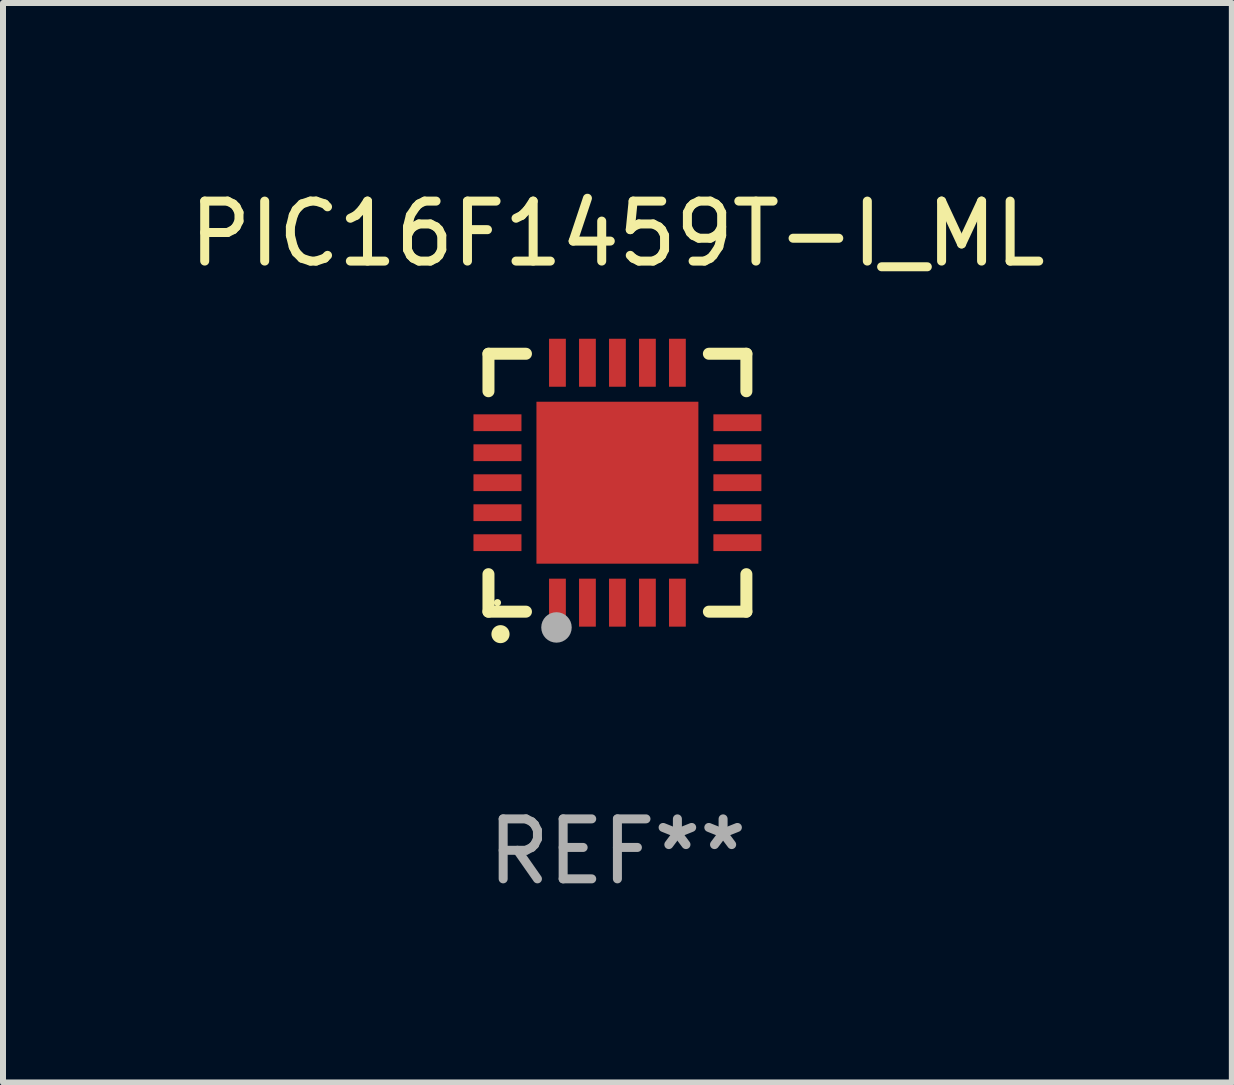
<source format=kicad_pcb>
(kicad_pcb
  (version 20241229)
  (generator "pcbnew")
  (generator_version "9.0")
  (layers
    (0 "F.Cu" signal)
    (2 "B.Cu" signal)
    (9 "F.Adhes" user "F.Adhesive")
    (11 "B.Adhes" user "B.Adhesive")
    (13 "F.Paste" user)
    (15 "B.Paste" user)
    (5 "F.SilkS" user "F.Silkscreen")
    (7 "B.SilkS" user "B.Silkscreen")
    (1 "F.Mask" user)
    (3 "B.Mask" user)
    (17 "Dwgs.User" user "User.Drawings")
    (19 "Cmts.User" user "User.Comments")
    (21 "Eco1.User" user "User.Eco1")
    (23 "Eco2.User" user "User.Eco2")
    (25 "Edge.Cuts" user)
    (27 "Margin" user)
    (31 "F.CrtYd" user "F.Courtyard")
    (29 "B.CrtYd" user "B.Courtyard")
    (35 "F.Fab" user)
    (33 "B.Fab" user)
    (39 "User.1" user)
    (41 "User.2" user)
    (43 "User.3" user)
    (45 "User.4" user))
  (footprint "PIC16F1459T-I_ML"
    (layer "F.Cu")
    (at 7.244 4.998)
    (property "Reference" "PIC16F1459T-I_ML" (at 0 -4.15 0) (layer "F.SilkS") (effects (font (size 1 1) (thickness 0.15))))
    (attr through_hole)
    (fp_line (start -2.15 -2.15) (end -2.15 -1.525) (stroke (width 0.2) (type solid)) (layer "F.SilkS"))
    (fp_line (start -2.15 2.15) (end -2.15 1.525) (stroke (width 0.2) (type solid)) (layer "F.SilkS"))
    (fp_line (start -1.525 -2.15) (end -2.15 -2.15) (stroke (width 0.2) (type solid)) (layer "F.SilkS"))
    (fp_line (start -1.525 2.15) (end -2.15 2.15) (stroke (width 0.2) (type solid)) (layer "F.SilkS"))
    (fp_line (start 1.525 2.15) (end 2.15 2.15) (stroke (width 0.2) (type solid)) (layer "F.SilkS"))
    (fp_line (start 2.15 -2.15) (end 1.525 -2.15) (stroke (width 0.2) (type solid)) (layer "F.SilkS"))
    (fp_line (start 2.15 -1.525) (end 2.15 -2.15) (stroke (width 0.2) (type solid)) (layer "F.SilkS"))
    (fp_line (start 2.15 2.15) (end 2.15 1.525) (stroke (width 0.2) (type solid)) (layer "F.SilkS"))
    (fp_arc (start -1.950724 2.524765) (mid -1.949454 2.52476) (end -1.948184 2.524765) (stroke (width 0.3) (type solid)) (layer "F.SilkS"))
    (fp_circle (center -2 2) (end -1.97 2) (stroke (width 0.06) (type solid)) (fill no) (layer "F.SilkS"))
    (fp_circle (center -1.016 2.413) (end -0.889 2.413) (stroke (width 0.254) (type solid)) (fill no) (layer "F.Fab"))
    (fp_text user "REF**" (at 0 6.15 0) (layer "F.Fab") (effects (font (size 1 1) (thickness 0.15))))
    (pad "1" smd rect (at -1 2) (size 0.28 0.8) (layers "F.Cu" "F.Mask" "F.Paste"))
    (pad "2" smd rect (at -0.5 2) (size 0.28 0.8) (layers "F.Cu" "F.Mask" "F.Paste"))
    (pad "3" smd rect (at 0 2) (size 0.28 0.8) (layers "F.Cu" "F.Mask" "F.Paste"))
    (pad "4" smd rect (at 0.5 2) (size 0.28 0.8) (layers "F.Cu" "F.Mask" "F.Paste"))
    (pad "5" smd rect (at 1 2) (size 0.28 0.8) (layers "F.Cu" "F.Mask" "F.Paste"))
    (pad "6" smd rect (at 2 1) (size 0.8 0.28) (layers "F.Cu" "F.Mask" "F.Paste"))
    (pad "7" smd rect (at 2 0.5) (size 0.8 0.28) (layers "F.Cu" "F.Mask" "F.Paste"))
    (pad "8" smd rect (at 2 0) (size 0.8 0.28) (layers "F.Cu" "F.Mask" "F.Paste"))
    (pad "9" smd rect (at 2 -0.5) (size 0.8 0.28) (layers "F.Cu" "F.Mask" "F.Paste"))
    (pad "10" smd rect (at 2 -1) (size 0.8 0.28) (layers "F.Cu" "F.Mask" "F.Paste"))
    (pad "11" smd rect (at 1 -2) (size 0.28 0.8) (layers "F.Cu" "F.Mask" "F.Paste"))
    (pad "12" smd rect (at 0.5 -2) (size 0.28 0.8) (layers "F.Cu" "F.Mask" "F.Paste"))
    (pad "13" smd rect (at 0 -2) (size 0.28 0.8) (layers "F.Cu" "F.Mask" "F.Paste"))
    (pad "14" smd rect (at -0.5 -2) (size 0.28 0.8) (layers "F.Cu" "F.Mask" "F.Paste"))
    (pad "15" smd rect (at -1 -2) (size 0.28 0.8) (layers "F.Cu" "F.Mask" "F.Paste"))
    (pad "16" smd rect (at -2 -1) (size 0.8 0.28) (layers "F.Cu" "F.Mask" "F.Paste"))
    (pad "17" smd rect (at -2 -0.5) (size 0.8 0.28) (layers "F.Cu" "F.Mask" "F.Paste"))
    (pad "18" smd rect (at -2 0) (size 0.8 0.28) (layers "F.Cu" "F.Mask" "F.Paste"))
    (pad "19" smd rect (at -2 0.5) (size 0.8 0.28) (layers "F.Cu" "F.Mask" "F.Paste"))
    (pad "20" smd rect (at -2 1) (size 0.8 0.28) (layers "F.Cu" "F.Mask" "F.Paste"))
    (pad "21" smd rect (at 0 0) (size 2.7 2.7) (layers "F.Cu" "F.Mask" "F.Paste")))
  (gr_rect
    (start -3 -3)
    (end 17.488 14.997)
    (stroke (width 0.1) (type default))
    (fill no)
    (layer "Edge.Cuts")))
</source>
